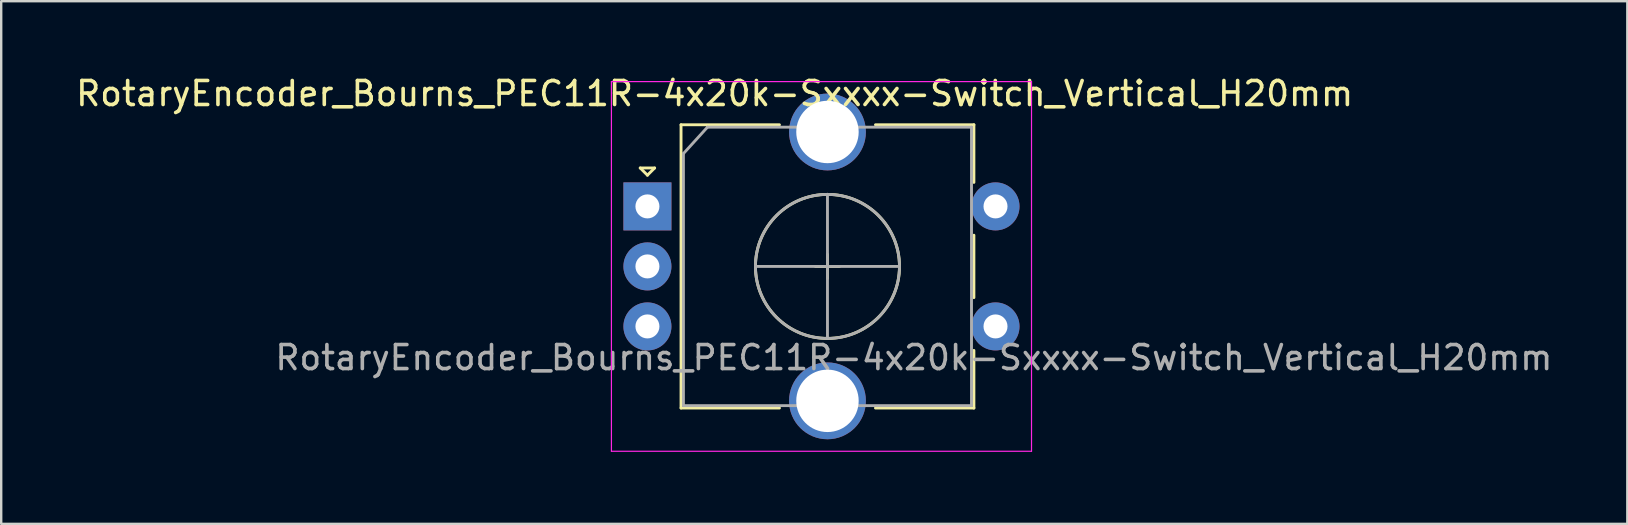
<source format=kicad_pcb>
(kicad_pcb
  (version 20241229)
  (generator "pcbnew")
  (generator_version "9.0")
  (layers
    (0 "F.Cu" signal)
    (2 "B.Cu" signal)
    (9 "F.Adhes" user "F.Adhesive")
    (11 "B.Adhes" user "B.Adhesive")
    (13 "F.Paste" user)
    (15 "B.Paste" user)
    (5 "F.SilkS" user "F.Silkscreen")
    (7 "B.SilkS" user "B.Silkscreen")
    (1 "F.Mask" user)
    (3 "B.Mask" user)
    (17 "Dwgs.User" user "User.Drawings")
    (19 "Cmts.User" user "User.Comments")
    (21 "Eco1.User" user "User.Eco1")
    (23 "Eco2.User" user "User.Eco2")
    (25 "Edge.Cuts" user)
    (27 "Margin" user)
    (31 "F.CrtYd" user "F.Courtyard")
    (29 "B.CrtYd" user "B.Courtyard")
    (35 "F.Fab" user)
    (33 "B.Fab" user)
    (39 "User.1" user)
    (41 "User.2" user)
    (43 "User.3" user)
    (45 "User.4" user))
  (footprint "RotaryEncoder_Bourns_PEC11R-4x20k-Sxxxx-Switch_Vertical_H20mm"
    (layer "F.Cu")
    (at 23.92 5.548)
    (property "Reference" "RotaryEncoder_Bourns_PEC11R-4x20k-Sxxxx-Switch_Vertical_H20mm" (at 2.8 -4.7 0) (layer "F.SilkS") (effects (font (size 1 1) (thickness 0.15))))
    (attr through_hole)
    (fp_line (start -0.3 -1.6) (end 0.3 -1.6) (stroke (width 0.12) (type solid)) (layer "F.SilkS"))
    (fp_line (start 0 -1.3) (end -0.3 -1.6) (stroke (width 0.12) (type solid)) (layer "F.SilkS"))
    (fp_line (start 0.3 -1.6) (end 0 -1.3) (stroke (width 0.12) (type solid)) (layer "F.SilkS"))
    (fp_line (start 1.4 -3.4) (end 1.4 8.4) (stroke (width 0.12) (type solid)) (layer "F.SilkS"))
    (fp_line (start 5.5 -3.4) (end 1.4 -3.4) (stroke (width 0.12) (type solid)) (layer "F.SilkS"))
    (fp_line (start 5.5 8.4) (end 1.4 8.4) (stroke (width 0.12) (type solid)) (layer "F.SilkS"))
    (fp_line (start 7 2.5) (end 8 2.5) (stroke (width 0.12) (type solid)) (layer "F.SilkS"))
    (fp_line (start 7.5 2) (end 7.5 3) (stroke (width 0.12) (type solid)) (layer "F.SilkS"))
    (fp_line (start 9.5 -3.4) (end 13.6 -3.4) (stroke (width 0.12) (type solid)) (layer "F.SilkS"))
    (fp_line (start 13.6 -3.4) (end 13.6 -1) (stroke (width 0.12) (type solid)) (layer "F.SilkS"))
    (fp_line (start 13.6 1.2) (end 13.6 3.8) (stroke (width 0.12) (type solid)) (layer "F.SilkS"))
    (fp_line (start 13.6 6) (end 13.6 8.4) (stroke (width 0.12) (type solid)) (layer "F.SilkS"))
    (fp_line (start 13.6 8.4) (end 9.5 8.4) (stroke (width 0.12) (type solid)) (layer "F.SilkS"))
    (fp_circle (center 7.5 2.5) (end 10.5 2.5) (stroke (width 0.12) (type solid)) (fill no) (layer "F.SilkS"))
    (fp_line (start -1.5 -5.2) (end -1.5 10.2) (stroke (width 0.05) (type solid)) (layer "F.CrtYd"))
    (fp_line (start -1.5 -5.2) (end 16 -5.2) (stroke (width 0.05) (type solid)) (layer "F.CrtYd"))
    (fp_line (start 16 10.2) (end -1.5 10.2) (stroke (width 0.05) (type solid)) (layer "F.CrtYd"))
    (fp_line (start 16 10.2) (end 16 -5.2) (stroke (width 0.05) (type solid)) (layer "F.CrtYd"))
    (fp_line (start 1.5 -2.2) (end 2.5 -3.3) (stroke (width 0.12) (type solid)) (layer "F.Fab"))
    (fp_line (start 1.5 8.3) (end 1.5 -2.2) (stroke (width 0.12) (type solid)) (layer "F.Fab"))
    (fp_line (start 2.5 -3.3) (end 13.5 -3.3) (stroke (width 0.12) (type solid)) (layer "F.Fab"))
    (fp_line (start 4.5 2.5) (end 10.5 2.5) (stroke (width 0.12) (type solid)) (layer "F.Fab"))
    (fp_line (start 7.5 -0.5) (end 7.5 5.5) (stroke (width 0.12) (type solid)) (layer "F.Fab"))
    (fp_line (start 13.5 -3.3) (end 13.5 8.3) (stroke (width 0.12) (type solid)) (layer "F.Fab"))
    (fp_line (start 13.5 8.3) (end 1.5 8.3) (stroke (width 0.12) (type solid)) (layer "F.Fab"))
    (fp_circle (center 7.5 2.5) (end 10.5 2.5) (stroke (width 0.12) (type solid)) (fill no) (layer "F.Fab"))
    (fp_text user "${REFERENCE}" (at 11.1 6.3 0) (layer "F.Fab") (effects (font (size 1 1) (thickness 0.15))))
    (pad "A" thru_hole rect (at 0 0) (size 2 2) (drill 1) (layers "*.Cu" "*.Mask"))
    (pad "B" thru_hole circle (at 0 5) (size 2 2) (drill 1) (layers "*.Cu" "*.Mask"))
    (pad "C" thru_hole circle (at 0 2.5) (size 2 2) (drill 1) (layers "*.Cu" "*.Mask"))
    (pad "MP" thru_hole circle (at 7.5 -3.1) (size 3.2 3.2) (drill 2.6) (layers "*.Cu" "*.Mask"))
    (pad "MP" thru_hole circle (at 7.5 8.1) (size 3.2 3.2) (drill 2.6) (layers "*.Cu" "*.Mask"))
    (pad "S1" thru_hole circle (at 14.5 5) (size 2 2) (drill 1) (layers "*.Cu" "*.Mask"))
    (pad "S2" thru_hole circle (at 14.5 0) (size 2 2) (drill 1) (layers "*.Cu" "*.Mask")))
  (gr_rect
    (start -3 -3)
    (end 64.74 18.773)
    (stroke (width 0.1) (type default))
    (fill no)
    (layer "Edge.Cuts")))
</source>
